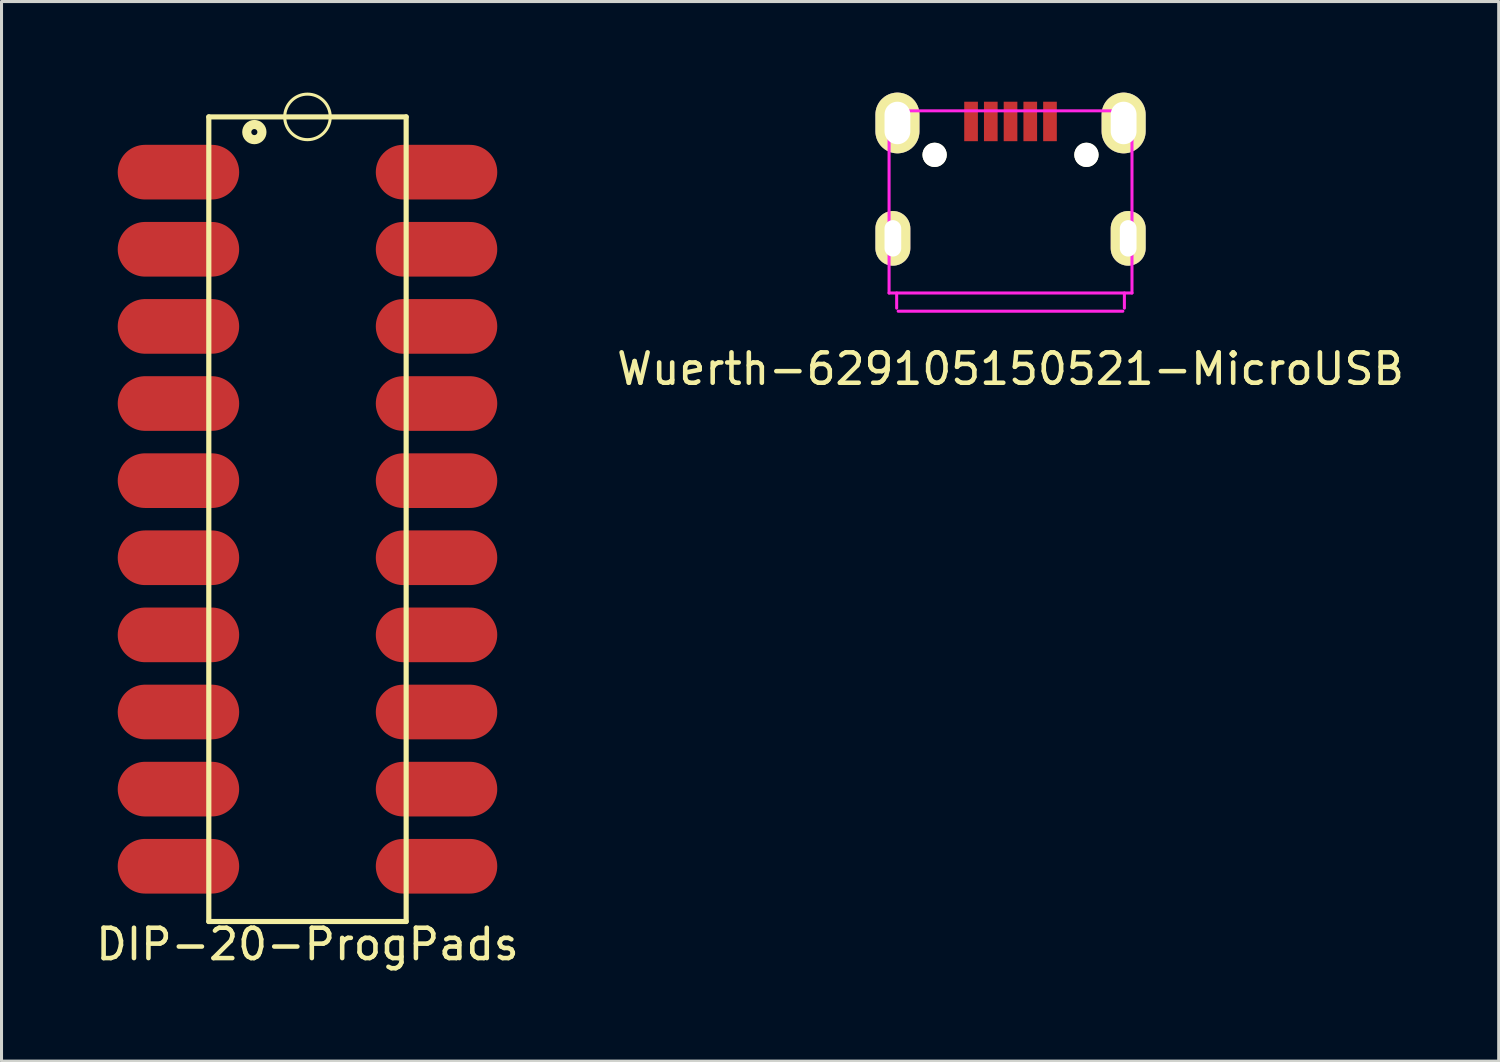
<source format=kicad_pcb>
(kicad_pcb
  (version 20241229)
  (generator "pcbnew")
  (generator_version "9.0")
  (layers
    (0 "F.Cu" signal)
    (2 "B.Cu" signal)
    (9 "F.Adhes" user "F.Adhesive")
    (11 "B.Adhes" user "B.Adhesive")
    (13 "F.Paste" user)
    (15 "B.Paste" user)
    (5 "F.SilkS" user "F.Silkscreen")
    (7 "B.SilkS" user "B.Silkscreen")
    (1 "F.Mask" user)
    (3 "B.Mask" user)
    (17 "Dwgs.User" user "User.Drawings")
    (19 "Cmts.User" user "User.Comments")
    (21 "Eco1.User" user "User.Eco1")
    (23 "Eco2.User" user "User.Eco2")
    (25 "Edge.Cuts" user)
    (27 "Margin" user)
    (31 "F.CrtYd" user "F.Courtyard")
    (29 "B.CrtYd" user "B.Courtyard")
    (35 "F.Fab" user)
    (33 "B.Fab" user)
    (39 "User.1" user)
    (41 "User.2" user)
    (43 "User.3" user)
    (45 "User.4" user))
  (footprint "DIP-20-ProgPads"
    (layer "F.Cu")
    (at 7.077 14.05)
    (property "Reference" "DIP-20-ProgPads" (at 0 14 0) (layer "F.SilkS") (effects (font (size 1 1) (thickness 0.15))))
    (attr through_hole)
    (fp_line (start -3.25 -13.25) (end 3.25 -13.25) (stroke (width 0.17) (type solid)) (layer "F.SilkS"))
    (fp_line (start -3.25 13.25) (end -3.25 -13.25) (stroke (width 0.17) (type solid)) (layer "F.SilkS"))
    (fp_line (start 3.25 -13.25) (end 3.25 13.25) (stroke (width 0.17) (type solid)) (layer "F.SilkS"))
    (fp_line (start 3.25 13.25) (end -3.25 13.25) (stroke (width 0.17) (type solid)) (layer "F.SilkS"))
    (fp_circle (center -1.75 -12.75) (end -1.75 -12.5) (stroke (width 0.3) (type solid)) (fill no) (layer "F.SilkS"))
    (fp_circle (center 0 -13.25) (end 0.75 -13.25) (stroke (width 0.1) (type solid)) (fill no) (layer "F.SilkS"))
    (pad "1" smd oval (at -4.25 -11.43) (size 4 1.8) (layers "F.Cu" "F.Mask" "F.Paste"))
    (pad "2" smd oval (at -4.25 -8.89) (size 4 1.8) (layers "F.Cu" "F.Mask" "F.Paste"))
    (pad "3" smd oval (at -4.25 -6.35) (size 4 1.8) (layers "F.Cu" "F.Mask" "F.Paste"))
    (pad "4" smd oval (at -4.25 -3.81) (size 4 1.8) (layers "F.Cu" "F.Mask" "F.Paste"))
    (pad "5" smd oval (at -4.25 -1.27) (size 4 1.8) (layers "F.Cu" "F.Mask" "F.Paste"))
    (pad "6" smd oval (at -4.25 1.27) (size 4 1.8) (layers "F.Cu" "F.Mask" "F.Paste"))
    (pad "7" smd oval (at -4.25 3.81) (size 4 1.8) (layers "F.Cu" "F.Mask" "F.Paste"))
    (pad "8" smd oval (at -4.25 6.35) (size 4 1.8) (layers "F.Cu" "F.Mask" "F.Paste"))
    (pad "9" smd oval (at -4.25 8.89) (size 4 1.8) (layers "F.Cu" "F.Mask" "F.Paste"))
    (pad "10" smd oval (at -4.25 11.43) (size 4 1.8) (layers "F.Cu" "F.Mask" "F.Paste"))
    (pad "11" smd oval (at 4.25 11.43) (size 4 1.8) (layers "F.Cu" "F.Mask" "F.Paste"))
    (pad "12" smd oval (at 4.25 8.89) (size 4 1.8) (layers "F.Cu" "F.Mask" "F.Paste"))
    (pad "13" smd oval (at 4.25 6.35) (size 4 1.8) (layers "F.Cu" "F.Mask" "F.Paste"))
    (pad "14" smd oval (at 4.25 3.81) (size 4 1.8) (layers "F.Cu" "F.Mask" "F.Paste"))
    (pad "15" smd oval (at 4.25 1.27) (size 4 1.8) (layers "F.Cu" "F.Mask" "F.Paste"))
    (pad "16" smd oval (at 4.25 -1.27) (size 4 1.8) (layers "F.Cu" "F.Mask" "F.Paste"))
    (pad "17" smd oval (at 4.25 -3.81) (size 4 1.8) (layers "F.Cu" "F.Mask" "F.Paste"))
    (pad "18" smd oval (at 4.25 -6.35) (size 4 1.8) (layers "F.Cu" "F.Mask" "F.Paste"))
    (pad "19" smd oval (at 4.25 -8.89) (size 4 1.8) (layers "F.Cu" "F.Mask" "F.Paste"))
    (pad "20" smd oval (at 4.25 -11.43) (size 4 1.8) (layers "F.Cu" "F.Mask" "F.Paste")))
  (footprint "Wuerth-629105150521-MicroUSB"
    (layer "F.Cu")
    (at 30.232 6.6)
    (property "Reference" "Wuerth-629105150521-MicroUSB" (at 0 2.5 0) (layer "F.SilkS") (effects (font (size 1 1) (thickness 0.15))))
    (attr through_hole)
    (fp_line (start -4 -6) (end -4 0) (stroke (width 0.1) (type solid)) (layer "F.CrtYd"))
    (fp_line (start -4 0) (end 4 0) (stroke (width 0.1) (type solid)) (layer "F.CrtYd"))
    (fp_line (start -3.75 0.5) (end -3.75 0) (stroke (width 0.1) (type solid)) (layer "F.CrtYd"))
    (fp_line (start -3.7 0.6) (end 3.7 0.6) (stroke (width 0.1) (type solid)) (layer "F.CrtYd"))
    (fp_line (start 3.75 0.5) (end 3.75 0) (stroke (width 0.1) (type solid)) (layer "F.CrtYd"))
    (fp_line (start 4 -6) (end -4 -6) (stroke (width 0.1) (type solid)) (layer "F.CrtYd"))
    (fp_line (start 4 0) (end 4 -6) (stroke (width 0.1) (type solid)) (layer "F.CrtYd"))
    (pad "" np_thru_hole circle (at -2.5 -4.55) (size 0.8 0.8) (drill 0.8) (layers "*.Cu" "*.Mask" "F.SilkS"))
    (pad "" np_thru_hole circle (at 2.5 -4.55) (size 0.8 0.8) (drill 0.8) (layers "*.Cu" "*.Mask" "F.SilkS"))
    (pad "1" smd rect (at -1.3 -5.65) (size 0.45 1.3) (layers "F.Cu" "F.Mask" "F.Paste"))
    (pad "2" smd rect (at -0.65 -5.65) (size 0.45 1.3) (layers "F.Cu" "F.Mask" "F.Paste"))
    (pad "3" smd rect (at 0 -5.65) (size 0.45 1.3) (layers "F.Cu" "F.Mask" "F.Paste"))
    (pad "4" smd rect (at 0.65 -5.65) (size 0.45 1.3) (layers "F.Cu" "F.Mask" "F.Paste"))
    (pad "5" smd rect (at 1.3 -5.65) (size 0.45 1.3) (layers "F.Cu" "F.Mask" "F.Paste"))
    (pad "6" thru_hole oval (at -3.875 -1.8) (size 1.15 1.8) (drill oval 0.55 1.2) (layers "*.Cu" "*.Mask" "F.SilkS"))
    (pad "6" thru_hole oval (at -3.725 -5.6) (size 1.45 2) (drill oval 0.85 1.4) (layers "*.Cu" "*.Mask" "F.SilkS"))
    (pad "6" thru_hole oval (at 3.725 -5.6) (size 1.45 2) (drill oval 0.85 1.4) (layers "*.Cu" "*.Mask" "F.SilkS"))
    (pad "6" thru_hole oval (at 3.875 -1.8) (size 1.15 1.8) (drill oval 0.55 1.2) (layers "*.Cu" "*.Mask" "F.SilkS")))
  (gr_rect
    (start -3 -3)
    (end 46.31 31.898)
    (stroke (width 0.1) (type default))
    (fill no)
    (layer "Edge.Cuts")))
</source>
